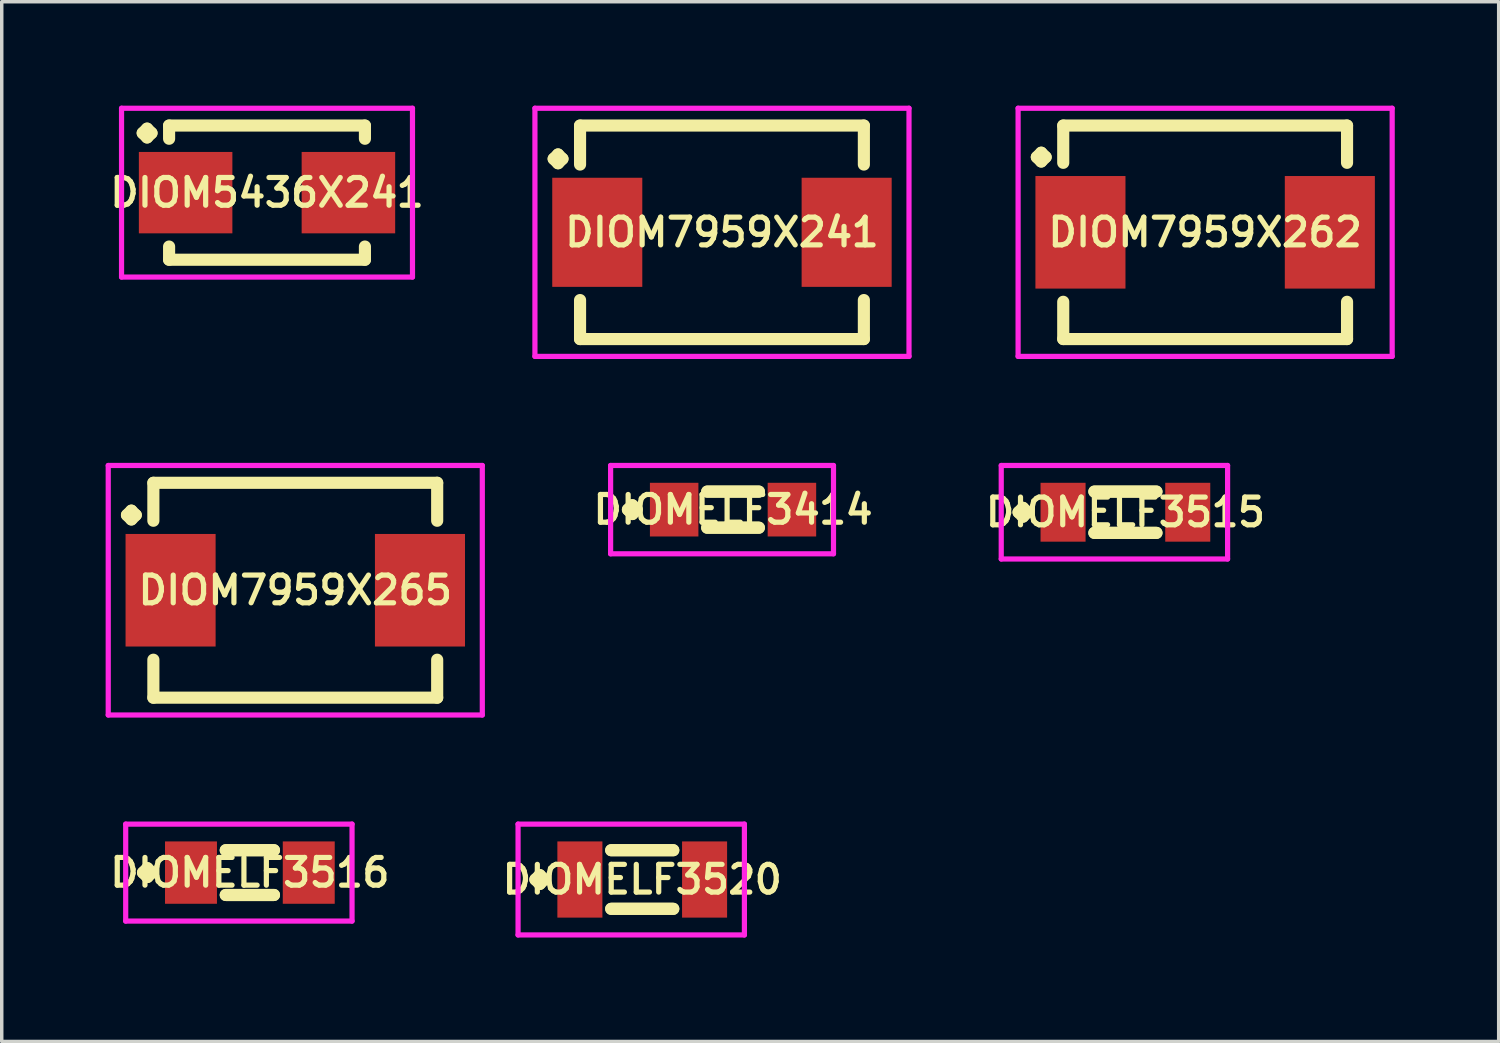
<source format=kicad_pcb>
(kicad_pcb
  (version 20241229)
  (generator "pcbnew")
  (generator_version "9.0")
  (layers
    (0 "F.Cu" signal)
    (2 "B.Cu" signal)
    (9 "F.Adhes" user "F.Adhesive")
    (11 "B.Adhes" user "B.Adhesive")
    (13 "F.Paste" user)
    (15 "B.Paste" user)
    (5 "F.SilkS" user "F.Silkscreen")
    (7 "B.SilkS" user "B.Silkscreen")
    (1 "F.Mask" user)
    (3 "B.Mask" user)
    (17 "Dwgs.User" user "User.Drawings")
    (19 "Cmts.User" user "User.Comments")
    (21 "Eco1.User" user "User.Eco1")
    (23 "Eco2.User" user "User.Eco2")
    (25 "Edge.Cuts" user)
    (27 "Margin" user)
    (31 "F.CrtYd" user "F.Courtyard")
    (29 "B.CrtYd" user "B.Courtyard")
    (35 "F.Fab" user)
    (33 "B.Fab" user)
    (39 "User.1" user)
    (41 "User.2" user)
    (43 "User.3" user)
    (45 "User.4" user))
  (footprint "DIOMELF3414"
    (layer "F.Cu")
    (at 18.114 11.664)
    (property "Reference" "DIOMELF3414" (at 0 0 0) (layer "F.SilkS") (effects (font (size 0.8 0.8) (thickness 0.15))))
    (attr through_hole)
    (fp_line (start -3.035 0) (end -2.908 -0.127) (stroke (width 0.35) (type solid)) (layer "F.SilkS"))
    (fp_line (start -2.908 -0.127) (end -2.781 0) (stroke (width 0.35) (type solid)) (layer "F.SilkS"))
    (fp_line (start -2.908 0.127) (end -3.035 0) (stroke (width 0.35) (type solid)) (layer "F.SilkS"))
    (fp_line (start -2.781 0) (end -2.908 0.127) (stroke (width 0.35) (type solid)) (layer "F.SilkS"))
    (fp_line (start -0.746 -0.521) (end 0.746 -0.521) (stroke (width 0.35) (type solid)) (layer "F.SilkS"))
    (fp_line (start -0.746 0.521) (end 0.746 0.521) (stroke (width 0.35) (type solid)) (layer "F.SilkS"))
    (fp_line (start 0.746 -0.521) (end -0.746 -0.521) (stroke (width 0.35) (type solid)) (layer "F.SilkS"))
    (fp_line (start 0.746 0.521) (end -0.746 0.521) (stroke (width 0.35) (type solid)) (layer "F.SilkS"))
    (fp_line (start -3.535 -1.275) (end 2.9 -1.275) (stroke (width 0.15) (type solid)) (layer "F.CrtYd"))
    (fp_line (start -3.535 1.275) (end -3.535 -1.275) (stroke (width 0.15) (type solid)) (layer "F.CrtYd"))
    (fp_line (start 2.9 -1.275) (end 2.9 1.275) (stroke (width 0.15) (type solid)) (layer "F.CrtYd"))
    (fp_line (start 2.9 1.275) (end -3.535 1.275) (stroke (width 0.15) (type solid)) (layer "F.CrtYd"))
    (pad "1" smd rect (at -1.7 0) (size 1.4 1.55) (layers "F.Cu" "F.Mask" "F.Paste"))
    (pad "2" smd rect (at 1.7 0) (size 1.4 1.55) (layers "F.Cu" "F.Mask" "F.Paste")))
  (footprint "DIOMELF3520"
    (layer "F.Cu")
    (at 15.492 22.343)
    (property "Reference" "DIOMELF3520" (at 0 0 0) (layer "F.SilkS") (effects (font (size 0.8 0.8) (thickness 0.15))))
    (attr smd)
    (fp_line (start -3.085 0) (end -2.958 -0.127) (stroke (width 0.35) (type solid)) (layer "F.SilkS"))
    (fp_line (start -2.958 -0.127) (end -2.831 0) (stroke (width 0.35) (type solid)) (layer "F.SilkS"))
    (fp_line (start -2.958 0.127) (end -3.085 0) (stroke (width 0.35) (type solid)) (layer "F.SilkS"))
    (fp_line (start -2.831 0) (end -2.958 0.127) (stroke (width 0.35) (type solid)) (layer "F.SilkS"))
    (fp_line (start -0.896 -0.846) (end 0.896 -0.846) (stroke (width 0.35) (type solid)) (layer "F.SilkS"))
    (fp_line (start -0.896 0.846) (end 0.896 0.846) (stroke (width 0.35) (type solid)) (layer "F.SilkS"))
    (fp_line (start 0.896 -0.846) (end -0.896 -0.846) (stroke (width 0.35) (type solid)) (layer "F.SilkS"))
    (fp_line (start 0.896 0.846) (end -0.896 0.846) (stroke (width 0.35) (type solid)) (layer "F.SilkS"))
    (fp_line (start -3.585 -1.6) (end 2.95 -1.6) (stroke (width 0.15) (type solid)) (layer "F.CrtYd"))
    (fp_line (start -3.585 1.6) (end -3.585 -1.6) (stroke (width 0.15) (type solid)) (layer "F.CrtYd"))
    (fp_line (start 2.95 -1.6) (end 2.95 1.6) (stroke (width 0.15) (type solid)) (layer "F.CrtYd"))
    (fp_line (start 2.95 1.6) (end -3.585 1.6) (stroke (width 0.15) (type solid)) (layer "F.CrtYd"))
    (pad "1" smd rect (at -1.8 0) (size 1.3 2.2) (layers "F.Cu" "F.Mask" "F.Paste"))
    (pad "2" smd rect (at 1.8 0) (size 1.3 2.2) (layers "F.Cu" "F.Mask" "F.Paste")))
  (footprint "DIOM7959X265"
    (layer "F.Cu")
    (at 5.475 13.991)
    (property "Reference" "DIOM7959X265" (at 0 0 0) (layer "F.SilkS") (effects (font (size 0.8 0.8) (thickness 0.15))))
    (attr smd)
    (fp_line (start -4.859 -2.171) (end -4.732 -2.298) (stroke (width 0.35) (type solid)) (layer "F.SilkS"))
    (fp_line (start -4.732 -2.298) (end -4.605 -2.171) (stroke (width 0.35) (type solid)) (layer "F.SilkS"))
    (fp_line (start -4.732 -2.044) (end -4.859 -2.171) (stroke (width 0.35) (type solid)) (layer "F.SilkS"))
    (fp_line (start -4.605 -2.171) (end -4.732 -2.044) (stroke (width 0.35) (type solid)) (layer "F.SilkS"))
    (fp_line (start -4.097 -3.102) (end 4.097 -3.102) (stroke (width 0.35) (type solid)) (layer "F.SilkS"))
    (fp_line (start -4.097 -2.006) (end -4.097 -3.102) (stroke (width 0.35) (type solid)) (layer "F.SilkS"))
    (fp_line (start -4.097 2.006) (end -4.097 3.102) (stroke (width 0.35) (type solid)) (layer "F.SilkS"))
    (fp_line (start -4.097 3.102) (end 4.097 3.102) (stroke (width 0.35) (type solid)) (layer "F.SilkS"))
    (fp_line (start 4.097 -3.102) (end 4.097 -2.006) (stroke (width 0.35) (type solid)) (layer "F.SilkS"))
    (fp_line (start 4.097 3.102) (end 4.097 2.006) (stroke (width 0.35) (type solid)) (layer "F.SilkS"))
    (fp_line (start -5.4 -3.602) (end 5.4 -3.602) (stroke (width 0.15) (type solid)) (layer "F.CrtYd"))
    (fp_line (start -5.4 3.602) (end -5.4 -3.602) (stroke (width 0.15) (type solid)) (layer "F.CrtYd"))
    (fp_line (start 5.4 -3.602) (end 5.4 3.602) (stroke (width 0.15) (type solid)) (layer "F.CrtYd"))
    (fp_line (start 5.4 3.602) (end -5.4 3.602) (stroke (width 0.15) (type solid)) (layer "F.CrtYd"))
    (pad "1" smd rect (at -3.6 0) (size 2.6 3.25) (layers "F.Cu" "F.Mask" "F.Paste"))
    (pad "2" smd rect (at 3.6 0) (size 2.6 3.25) (layers "F.Cu" "F.Mask" "F.Paste")))
  (footprint "DIOM7959X241"
    (layer "F.Cu")
    (at 17.794 3.657)
    (property "Reference" "DIOM7959X241" (at 0 0 0) (layer "F.SilkS") (effects (font (size 0.8 0.8) (thickness 0.15))))
    (attr through_hole)
    (fp_line (start -4.859 -2.121) (end -4.732 -2.248) (stroke (width 0.35) (type solid)) (layer "F.SilkS"))
    (fp_line (start -4.732 -2.248) (end -4.605 -2.121) (stroke (width 0.35) (type solid)) (layer "F.SilkS"))
    (fp_line (start -4.732 -1.994) (end -4.859 -2.121) (stroke (width 0.35) (type solid)) (layer "F.SilkS"))
    (fp_line (start -4.605 -2.121) (end -4.732 -1.994) (stroke (width 0.35) (type solid)) (layer "F.SilkS"))
    (fp_line (start -4.097 -3.082) (end 4.097 -3.082) (stroke (width 0.35) (type solid)) (layer "F.SilkS"))
    (fp_line (start -4.097 -1.956) (end -4.097 -3.082) (stroke (width 0.35) (type solid)) (layer "F.SilkS"))
    (fp_line (start -4.097 1.956) (end -4.097 3.082) (stroke (width 0.35) (type solid)) (layer "F.SilkS"))
    (fp_line (start -4.097 3.082) (end 4.097 3.082) (stroke (width 0.35) (type solid)) (layer "F.SilkS"))
    (fp_line (start 4.097 -3.082) (end 4.097 -1.956) (stroke (width 0.35) (type solid)) (layer "F.SilkS"))
    (fp_line (start 4.097 3.082) (end 4.097 1.956) (stroke (width 0.35) (type solid)) (layer "F.SilkS"))
    (fp_line (start -5.4 -3.582) (end 5.4 -3.582) (stroke (width 0.15) (type solid)) (layer "F.CrtYd"))
    (fp_line (start -5.4 3.582) (end -5.4 -3.582) (stroke (width 0.15) (type solid)) (layer "F.CrtYd"))
    (fp_line (start 5.4 -3.582) (end 5.4 3.582) (stroke (width 0.15) (type solid)) (layer "F.CrtYd"))
    (fp_line (start 5.4 3.582) (end -5.4 3.582) (stroke (width 0.15) (type solid)) (layer "F.CrtYd"))
    (pad "1" smd rect (at -3.6 0) (size 2.6 3.15) (layers "F.Cu" "F.Mask" "F.Paste"))
    (pad "2" smd rect (at 3.6 0) (size 2.6 3.15) (layers "F.Cu" "F.Mask" "F.Paste")))
  (footprint "DIOM7959X262"
    (layer "F.Cu")
    (at 31.744 3.657)
    (property "Reference" "DIOM7959X262" (at 0 0 0) (layer "F.SilkS") (effects (font (size 0.8 0.8) (thickness 0.15))))
    (attr smd)
    (fp_line (start -4.859 -2.171) (end -4.732 -2.298) (stroke (width 0.35) (type solid)) (layer "F.SilkS"))
    (fp_line (start -4.732 -2.298) (end -4.605 -2.171) (stroke (width 0.35) (type solid)) (layer "F.SilkS"))
    (fp_line (start -4.732 -2.044) (end -4.859 -2.171) (stroke (width 0.35) (type solid)) (layer "F.SilkS"))
    (fp_line (start -4.605 -2.171) (end -4.732 -2.044) (stroke (width 0.35) (type solid)) (layer "F.SilkS"))
    (fp_line (start -4.097 -3.082) (end 4.097 -3.082) (stroke (width 0.35) (type solid)) (layer "F.SilkS"))
    (fp_line (start -4.097 -2.006) (end -4.097 -3.082) (stroke (width 0.35) (type solid)) (layer "F.SilkS"))
    (fp_line (start -4.097 2.006) (end -4.097 3.082) (stroke (width 0.35) (type solid)) (layer "F.SilkS"))
    (fp_line (start -4.097 3.082) (end 4.097 3.082) (stroke (width 0.35) (type solid)) (layer "F.SilkS"))
    (fp_line (start 4.097 -3.082) (end 4.097 -2.006) (stroke (width 0.35) (type solid)) (layer "F.SilkS"))
    (fp_line (start 4.097 3.082) (end 4.097 2.006) (stroke (width 0.35) (type solid)) (layer "F.SilkS"))
    (fp_line (start -5.4 -3.582) (end 5.4 -3.582) (stroke (width 0.15) (type solid)) (layer "F.CrtYd"))
    (fp_line (start -5.4 3.582) (end -5.4 -3.582) (stroke (width 0.15) (type solid)) (layer "F.CrtYd"))
    (fp_line (start 5.4 -3.582) (end 5.4 3.582) (stroke (width 0.15) (type solid)) (layer "F.CrtYd"))
    (fp_line (start 5.4 3.582) (end -5.4 3.582) (stroke (width 0.15) (type solid)) (layer "F.CrtYd"))
    (pad "1" smd rect (at -3.6 0) (size 2.6 3.25) (layers "F.Cu" "F.Mask" "F.Paste"))
    (pad "2" smd rect (at 3.6 0) (size 2.6 3.25) (layers "F.Cu" "F.Mask" "F.Paste")))
  (footprint "DIOMELF3516"
    (layer "F.Cu")
    (at 4.164 22.143)
    (property "Reference" "DIOMELF3516" (at 0 0 0) (layer "F.SilkS") (effects (font (size 0.8 0.8) (thickness 0.15))))
    (attr through_hole)
    (fp_line (start -3.085 0) (end -2.958 -0.127) (stroke (width 0.35) (type solid)) (layer "F.SilkS"))
    (fp_line (start -2.958 -0.127) (end -2.831 0) (stroke (width 0.35) (type solid)) (layer "F.SilkS"))
    (fp_line (start -2.958 0.127) (end -3.085 0) (stroke (width 0.35) (type solid)) (layer "F.SilkS"))
    (fp_line (start -2.831 0) (end -2.958 0.127) (stroke (width 0.35) (type solid)) (layer "F.SilkS"))
    (fp_line (start -0.696 -0.646) (end 0.696 -0.646) (stroke (width 0.35) (type solid)) (layer "F.SilkS"))
    (fp_line (start -0.696 0.646) (end 0.696 0.646) (stroke (width 0.35) (type solid)) (layer "F.SilkS"))
    (fp_line (start 0.696 -0.646) (end -0.696 -0.646) (stroke (width 0.35) (type solid)) (layer "F.SilkS"))
    (fp_line (start 0.696 0.646) (end -0.696 0.646) (stroke (width 0.35) (type solid)) (layer "F.SilkS"))
    (fp_line (start -3.585 -1.4) (end 2.95 -1.4) (stroke (width 0.15) (type solid)) (layer "F.CrtYd"))
    (fp_line (start -3.585 1.4) (end -3.585 -1.4) (stroke (width 0.15) (type solid)) (layer "F.CrtYd"))
    (fp_line (start 2.95 -1.4) (end 2.95 1.4) (stroke (width 0.15) (type solid)) (layer "F.CrtYd"))
    (fp_line (start 2.95 1.4) (end -3.585 1.4) (stroke (width 0.15) (type solid)) (layer "F.CrtYd"))
    (pad "1" smd rect (at -1.7 0) (size 1.5 1.8) (layers "F.Cu" "F.Mask" "F.Paste"))
    (pad "2" smd rect (at 1.7 0) (size 1.5 1.8) (layers "F.Cu" "F.Mask" "F.Paste")))
  (footprint "DIOM5436X241"
    (layer "F.Cu")
    (at 4.659 2.512)
    (property "Reference" "DIOM5436X241" (at 0 0 0) (layer "F.SilkS") (effects (font (size 0.8 0.8) (thickness 0.15))))
    (attr through_hole)
    (fp_line (start -3.589 -1.721) (end -3.462 -1.848) (stroke (width 0.35) (type solid)) (layer "F.SilkS"))
    (fp_line (start -3.462 -1.848) (end -3.335 -1.721) (stroke (width 0.35) (type solid)) (layer "F.SilkS"))
    (fp_line (start -3.462 -1.594) (end -3.589 -1.721) (stroke (width 0.35) (type solid)) (layer "F.SilkS"))
    (fp_line (start -3.335 -1.721) (end -3.462 -1.594) (stroke (width 0.35) (type solid)) (layer "F.SilkS"))
    (fp_line (start -2.827 -1.937) (end 2.827 -1.937) (stroke (width 0.35) (type solid)) (layer "F.SilkS"))
    (fp_line (start -2.827 -1.556) (end -2.827 -1.937) (stroke (width 0.35) (type solid)) (layer "F.SilkS"))
    (fp_line (start -2.827 1.556) (end -2.827 1.937) (stroke (width 0.35) (type solid)) (layer "F.SilkS"))
    (fp_line (start -2.827 1.937) (end 2.827 1.937) (stroke (width 0.35) (type solid)) (layer "F.SilkS"))
    (fp_line (start 2.827 -1.937) (end 2.827 -1.556) (stroke (width 0.35) (type solid)) (layer "F.SilkS"))
    (fp_line (start 2.827 1.937) (end 2.827 1.556) (stroke (width 0.35) (type solid)) (layer "F.SilkS"))
    (fp_line (start -4.2 -2.437) (end 4.2 -2.437) (stroke (width 0.15) (type solid)) (layer "F.CrtYd"))
    (fp_line (start -4.2 2.437) (end -4.2 -2.437) (stroke (width 0.15) (type solid)) (layer "F.CrtYd"))
    (fp_line (start 4.2 -2.437) (end 4.2 2.437) (stroke (width 0.15) (type solid)) (layer "F.CrtYd"))
    (fp_line (start 4.2 2.437) (end -4.2 2.437) (stroke (width 0.15) (type solid)) (layer "F.CrtYd"))
    (pad "1" smd rect (at -2.35 0) (size 2.7 2.35) (layers "F.Cu" "F.Mask" "F.Paste"))
    (pad "2" smd rect (at 2.35 0) (size 2.7 2.35) (layers "F.Cu" "F.Mask" "F.Paste")))
  (footprint "DIOMELF3515"
    (layer "F.Cu")
    (at 29.442 11.739)
    (property "Reference" "DIOMELF3515" (at 0 0 0) (layer "F.SilkS") (effects (font (size 0.8 0.8) (thickness 0.15))))
    (attr smd)
    (fp_line (start -3.085 0) (end -2.958 -0.127) (stroke (width 0.35) (type solid)) (layer "F.SilkS"))
    (fp_line (start -2.958 -0.127) (end -2.831 0) (stroke (width 0.35) (type solid)) (layer "F.SilkS"))
    (fp_line (start -2.958 0.127) (end -3.085 0) (stroke (width 0.35) (type solid)) (layer "F.SilkS"))
    (fp_line (start -2.831 0) (end -2.958 0.127) (stroke (width 0.35) (type solid)) (layer "F.SilkS"))
    (fp_line (start -0.896 -0.596) (end 0.896 -0.596) (stroke (width 0.35) (type solid)) (layer "F.SilkS"))
    (fp_line (start -0.896 0.596) (end 0.896 0.596) (stroke (width 0.35) (type solid)) (layer "F.SilkS"))
    (fp_line (start 0.896 -0.596) (end -0.896 -0.596) (stroke (width 0.35) (type solid)) (layer "F.SilkS"))
    (fp_line (start 0.896 0.596) (end -0.896 0.596) (stroke (width 0.35) (type solid)) (layer "F.SilkS"))
    (fp_line (start -3.585 -1.35) (end 2.95 -1.35) (stroke (width 0.15) (type solid)) (layer "F.CrtYd"))
    (fp_line (start -3.585 1.35) (end -3.585 -1.35) (stroke (width 0.15) (type solid)) (layer "F.CrtYd"))
    (fp_line (start 2.95 -1.35) (end 2.95 1.35) (stroke (width 0.15) (type solid)) (layer "F.CrtYd"))
    (fp_line (start 2.95 1.35) (end -3.585 1.35) (stroke (width 0.15) (type solid)) (layer "F.CrtYd"))
    (pad "1" smd rect (at -1.8 0) (size 1.3 1.7) (layers "F.Cu" "F.Mask" "F.Paste"))
    (pad "2" smd rect (at 1.8 0) (size 1.3 1.7) (layers "F.Cu" "F.Mask" "F.Paste")))
  (gr_rect
    (start -3 -3)
    (end 40.219 27.018)
    (stroke (width 0.1) (type default))
    (fill no)
    (layer "Edge.Cuts")))
</source>
